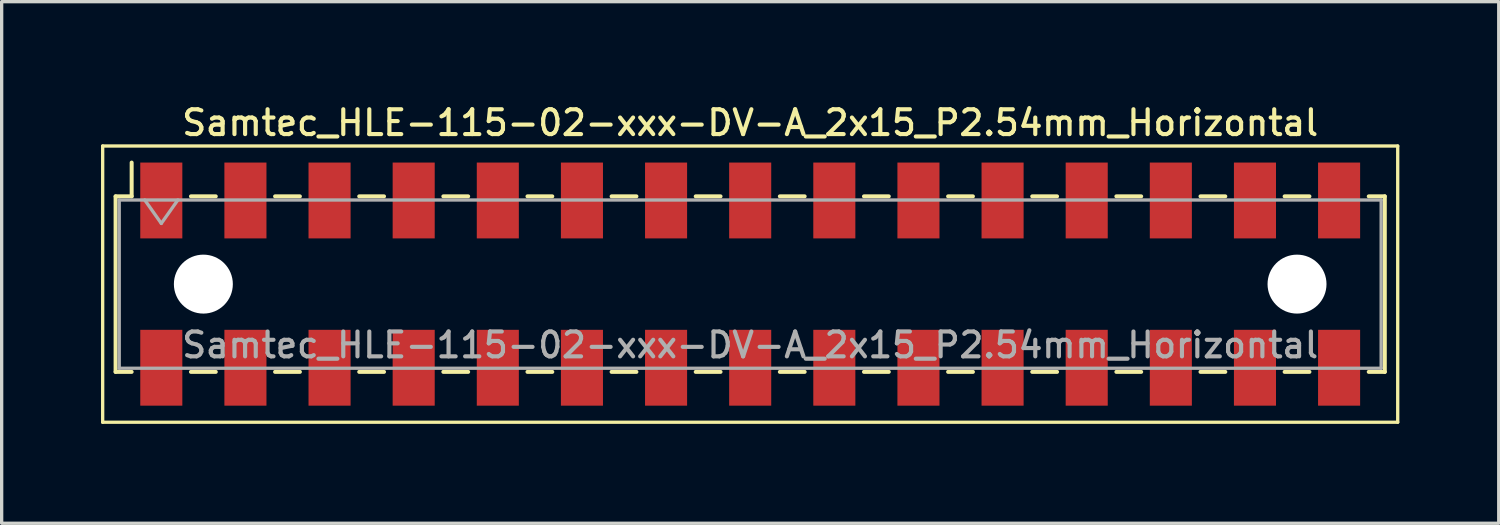
<source format=kicad_pcb>
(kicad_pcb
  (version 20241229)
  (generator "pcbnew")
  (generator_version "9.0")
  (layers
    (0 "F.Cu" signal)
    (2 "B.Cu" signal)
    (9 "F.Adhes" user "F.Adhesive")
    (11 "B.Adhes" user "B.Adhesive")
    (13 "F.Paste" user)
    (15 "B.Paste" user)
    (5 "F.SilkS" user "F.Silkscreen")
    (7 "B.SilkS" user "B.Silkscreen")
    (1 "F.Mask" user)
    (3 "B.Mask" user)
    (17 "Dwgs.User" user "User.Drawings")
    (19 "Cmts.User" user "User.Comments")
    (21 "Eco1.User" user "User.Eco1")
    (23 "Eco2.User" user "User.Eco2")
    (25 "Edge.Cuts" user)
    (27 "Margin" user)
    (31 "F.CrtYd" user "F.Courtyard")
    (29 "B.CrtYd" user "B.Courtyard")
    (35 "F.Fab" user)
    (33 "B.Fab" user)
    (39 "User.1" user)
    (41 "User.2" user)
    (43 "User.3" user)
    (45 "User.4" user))
  (footprint "Samtec_HLE-115-02-xxx-DV-A_2x15_P2.54mm_Horizontal"
    (layer "F.Cu")
    (at 19.6 5.528)
    (property "Reference" "Samtec_HLE-115-02-xxx-DV-A_2x15_P2.54mm_Horizontal" (at 0 -4.87 0) (layer "F.SilkS") (effects (font (size 0.75 0.75) (thickness 0.125))))
    (attr smd)
    (fp_line (start -19.55 -4.17) (end 19.55 -4.17) (stroke (width 0.1) (type solid)) (layer "F.SilkS"))
    (fp_line (start -19.55 4.17) (end -19.55 -4.17) (stroke (width 0.1) (type solid)) (layer "F.SilkS"))
    (fp_line (start -19.16 -2.65) (end -19.16 2.65) (stroke (width 0.12) (type solid)) (layer "F.SilkS"))
    (fp_line (start -19.16 2.65) (end -18.675 2.65) (stroke (width 0.12) (type solid)) (layer "F.SilkS"))
    (fp_line (start -18.675 -3.67) (end -18.675 -2.65) (stroke (width 0.12) (type solid)) (layer "F.SilkS"))
    (fp_line (start -18.675 -2.65) (end -19.16 -2.65) (stroke (width 0.12) (type solid)) (layer "F.SilkS"))
    (fp_line (start -16.885 -2.65) (end -16.135 -2.65) (stroke (width 0.12) (type solid)) (layer "F.SilkS"))
    (fp_line (start -16.885 2.65) (end -16.135 2.65) (stroke (width 0.12) (type solid)) (layer "F.SilkS"))
    (fp_line (start -14.345 -2.65) (end -13.595 -2.65) (stroke (width 0.12) (type solid)) (layer "F.SilkS"))
    (fp_line (start -14.345 2.65) (end -13.595 2.65) (stroke (width 0.12) (type solid)) (layer "F.SilkS"))
    (fp_line (start -11.805 -2.65) (end -11.055 -2.65) (stroke (width 0.12) (type solid)) (layer "F.SilkS"))
    (fp_line (start -11.805 2.65) (end -11.055 2.65) (stroke (width 0.12) (type solid)) (layer "F.SilkS"))
    (fp_line (start -9.265 -2.65) (end -8.515 -2.65) (stroke (width 0.12) (type solid)) (layer "F.SilkS"))
    (fp_line (start -9.265 2.65) (end -8.515 2.65) (stroke (width 0.12) (type solid)) (layer "F.SilkS"))
    (fp_line (start -6.725 -2.65) (end -5.975 -2.65) (stroke (width 0.12) (type solid)) (layer "F.SilkS"))
    (fp_line (start -6.725 2.65) (end -5.975 2.65) (stroke (width 0.12) (type solid)) (layer "F.SilkS"))
    (fp_line (start -4.185 -2.65) (end -3.435 -2.65) (stroke (width 0.12) (type solid)) (layer "F.SilkS"))
    (fp_line (start -4.185 2.65) (end -3.435 2.65) (stroke (width 0.12) (type solid)) (layer "F.SilkS"))
    (fp_line (start -1.645 -2.65) (end -0.895 -2.65) (stroke (width 0.12) (type solid)) (layer "F.SilkS"))
    (fp_line (start -1.645 2.65) (end -0.895 2.65) (stroke (width 0.12) (type solid)) (layer "F.SilkS"))
    (fp_line (start 0.895 -2.65) (end 1.645 -2.65) (stroke (width 0.12) (type solid)) (layer "F.SilkS"))
    (fp_line (start 0.895 2.65) (end 1.645 2.65) (stroke (width 0.12) (type solid)) (layer "F.SilkS"))
    (fp_line (start 3.435 -2.65) (end 4.185 -2.65) (stroke (width 0.12) (type solid)) (layer "F.SilkS"))
    (fp_line (start 3.435 2.65) (end 4.185 2.65) (stroke (width 0.12) (type solid)) (layer "F.SilkS"))
    (fp_line (start 5.975 -2.65) (end 6.725 -2.65) (stroke (width 0.12) (type solid)) (layer "F.SilkS"))
    (fp_line (start 5.975 2.65) (end 6.725 2.65) (stroke (width 0.12) (type solid)) (layer "F.SilkS"))
    (fp_line (start 8.515 -2.65) (end 9.265 -2.65) (stroke (width 0.12) (type solid)) (layer "F.SilkS"))
    (fp_line (start 8.515 2.65) (end 9.265 2.65) (stroke (width 0.12) (type solid)) (layer "F.SilkS"))
    (fp_line (start 11.055 -2.65) (end 11.805 -2.65) (stroke (width 0.12) (type solid)) (layer "F.SilkS"))
    (fp_line (start 11.055 2.65) (end 11.805 2.65) (stroke (width 0.12) (type solid)) (layer "F.SilkS"))
    (fp_line (start 13.595 -2.65) (end 14.345 -2.65) (stroke (width 0.12) (type solid)) (layer "F.SilkS"))
    (fp_line (start 13.595 2.65) (end 14.345 2.65) (stroke (width 0.12) (type solid)) (layer "F.SilkS"))
    (fp_line (start 16.135 -2.65) (end 16.885 -2.65) (stroke (width 0.12) (type solid)) (layer "F.SilkS"))
    (fp_line (start 16.135 2.65) (end 16.885 2.65) (stroke (width 0.12) (type solid)) (layer "F.SilkS"))
    (fp_line (start 18.675 -2.65) (end 19.16 -2.65) (stroke (width 0.12) (type solid)) (layer "F.SilkS"))
    (fp_line (start 19.16 -2.65) (end 19.16 2.65) (stroke (width 0.12) (type solid)) (layer "F.SilkS"))
    (fp_line (start 19.16 2.65) (end 18.675 2.65) (stroke (width 0.12) (type solid)) (layer "F.SilkS"))
    (fp_line (start 19.55 -4.17) (end 19.55 4.17) (stroke (width 0.1) (type solid)) (layer "F.SilkS"))
    (fp_line (start 19.55 4.17) (end -19.55 4.17) (stroke (width 0.1) (type solid)) (layer "F.SilkS"))
    (fp_line (start -19.05 -2.54) (end 19.05 -2.54) (stroke (width 0.1) (type solid)) (layer "F.Fab"))
    (fp_line (start -19.05 2.54) (end -19.05 -2.54) (stroke (width 0.1) (type solid)) (layer "F.Fab"))
    (fp_line (start -18.28 -2.54) (end -17.78 -1.833) (stroke (width 0.1) (type solid)) (layer "F.Fab"))
    (fp_line (start -17.78 -1.833) (end -17.28 -2.54) (stroke (width 0.1) (type solid)) (layer "F.Fab"))
    (fp_line (start 19.05 -2.54) (end 19.05 2.54) (stroke (width 0.1) (type solid)) (layer "F.Fab"))
    (fp_line (start 19.05 2.54) (end -19.05 2.54) (stroke (width 0.1) (type solid)) (layer "F.Fab"))
    (fp_text user "${REFERENCE}" (at 0 1.84 0) (layer "F.Fab") (effects (font (size 0.75 0.75) (thickness 0.125))))
    (pad "" np_thru_hole circle (at -16.51 0) (size 1.78 1.78) (drill 1.78) (layers "*.Cu" "*.Mask"))
    (pad "" np_thru_hole circle (at 16.51 0) (size 1.78 1.78) (drill 1.78) (layers "*.Cu" "*.Mask"))
    (pad "1" smd rect (at -17.78 -2.525) (size 1.27 2.29) (layers "F.Cu" "F.Mask" "F.Paste"))
    (pad "2" smd rect (at -17.78 2.525) (size 1.27 2.29) (layers "F.Cu" "F.Mask" "F.Paste"))
    (pad "3" smd rect (at -15.24 -2.525) (size 1.27 2.29) (layers "F.Cu" "F.Mask" "F.Paste"))
    (pad "4" smd rect (at -15.24 2.525) (size 1.27 2.29) (layers "F.Cu" "F.Mask" "F.Paste"))
    (pad "5" smd rect (at -12.7 -2.525) (size 1.27 2.29) (layers "F.Cu" "F.Mask" "F.Paste"))
    (pad "6" smd rect (at -12.7 2.525) (size 1.27 2.29) (layers "F.Cu" "F.Mask" "F.Paste"))
    (pad "7" smd rect (at -10.16 -2.525) (size 1.27 2.29) (layers "F.Cu" "F.Mask" "F.Paste"))
    (pad "8" smd rect (at -10.16 2.525) (size 1.27 2.29) (layers "F.Cu" "F.Mask" "F.Paste"))
    (pad "9" smd rect (at -7.62 -2.525) (size 1.27 2.29) (layers "F.Cu" "F.Mask" "F.Paste"))
    (pad "10" smd rect (at -7.62 2.525) (size 1.27 2.29) (layers "F.Cu" "F.Mask" "F.Paste"))
    (pad "11" smd rect (at -5.08 -2.525) (size 1.27 2.29) (layers "F.Cu" "F.Mask" "F.Paste"))
    (pad "12" smd rect (at -5.08 2.525) (size 1.27 2.29) (layers "F.Cu" "F.Mask" "F.Paste"))
    (pad "13" smd rect (at -2.54 -2.525) (size 1.27 2.29) (layers "F.Cu" "F.Mask" "F.Paste"))
    (pad "14" smd rect (at -2.54 2.525) (size 1.27 2.29) (layers "F.Cu" "F.Mask" "F.Paste"))
    (pad "15" smd rect (at 0 -2.525) (size 1.27 2.29) (layers "F.Cu" "F.Mask" "F.Paste"))
    (pad "16" smd rect (at 0 2.525) (size 1.27 2.29) (layers "F.Cu" "F.Mask" "F.Paste"))
    (pad "17" smd rect (at 2.54 -2.525) (size 1.27 2.29) (layers "F.Cu" "F.Mask" "F.Paste"))
    (pad "18" smd rect (at 2.54 2.525) (size 1.27 2.29) (layers "F.Cu" "F.Mask" "F.Paste"))
    (pad "19" smd rect (at 5.08 -2.525) (size 1.27 2.29) (layers "F.Cu" "F.Mask" "F.Paste"))
    (pad "20" smd rect (at 5.08 2.525) (size 1.27 2.29) (layers "F.Cu" "F.Mask" "F.Paste"))
    (pad "21" smd rect (at 7.62 -2.525) (size 1.27 2.29) (layers "F.Cu" "F.Mask" "F.Paste"))
    (pad "22" smd rect (at 7.62 2.525) (size 1.27 2.29) (layers "F.Cu" "F.Mask" "F.Paste"))
    (pad "23" smd rect (at 10.16 -2.525) (size 1.27 2.29) (layers "F.Cu" "F.Mask" "F.Paste"))
    (pad "24" smd rect (at 10.16 2.525) (size 1.27 2.29) (layers "F.Cu" "F.Mask" "F.Paste"))
    (pad "25" smd rect (at 12.7 -2.525) (size 1.27 2.29) (layers "F.Cu" "F.Mask" "F.Paste"))
    (pad "26" smd rect (at 12.7 2.525) (size 1.27 2.29) (layers "F.Cu" "F.Mask" "F.Paste"))
    (pad "27" smd rect (at 15.24 -2.525) (size 1.27 2.29) (layers "F.Cu" "F.Mask" "F.Paste"))
    (pad "28" smd rect (at 15.24 2.525) (size 1.27 2.29) (layers "F.Cu" "F.Mask" "F.Paste"))
    (pad "29" smd rect (at 17.78 -2.525) (size 1.27 2.29) (layers "F.Cu" "F.Mask" "F.Paste"))
    (pad "30" smd rect (at 17.78 2.525) (size 1.27 2.29) (layers "F.Cu" "F.Mask" "F.Paste")))
  (gr_rect
    (start -3 -3)
    (end 42.2 12.748)
    (stroke (width 0.1) (type default))
    (fill no)
    (layer "Edge.Cuts")))
</source>
